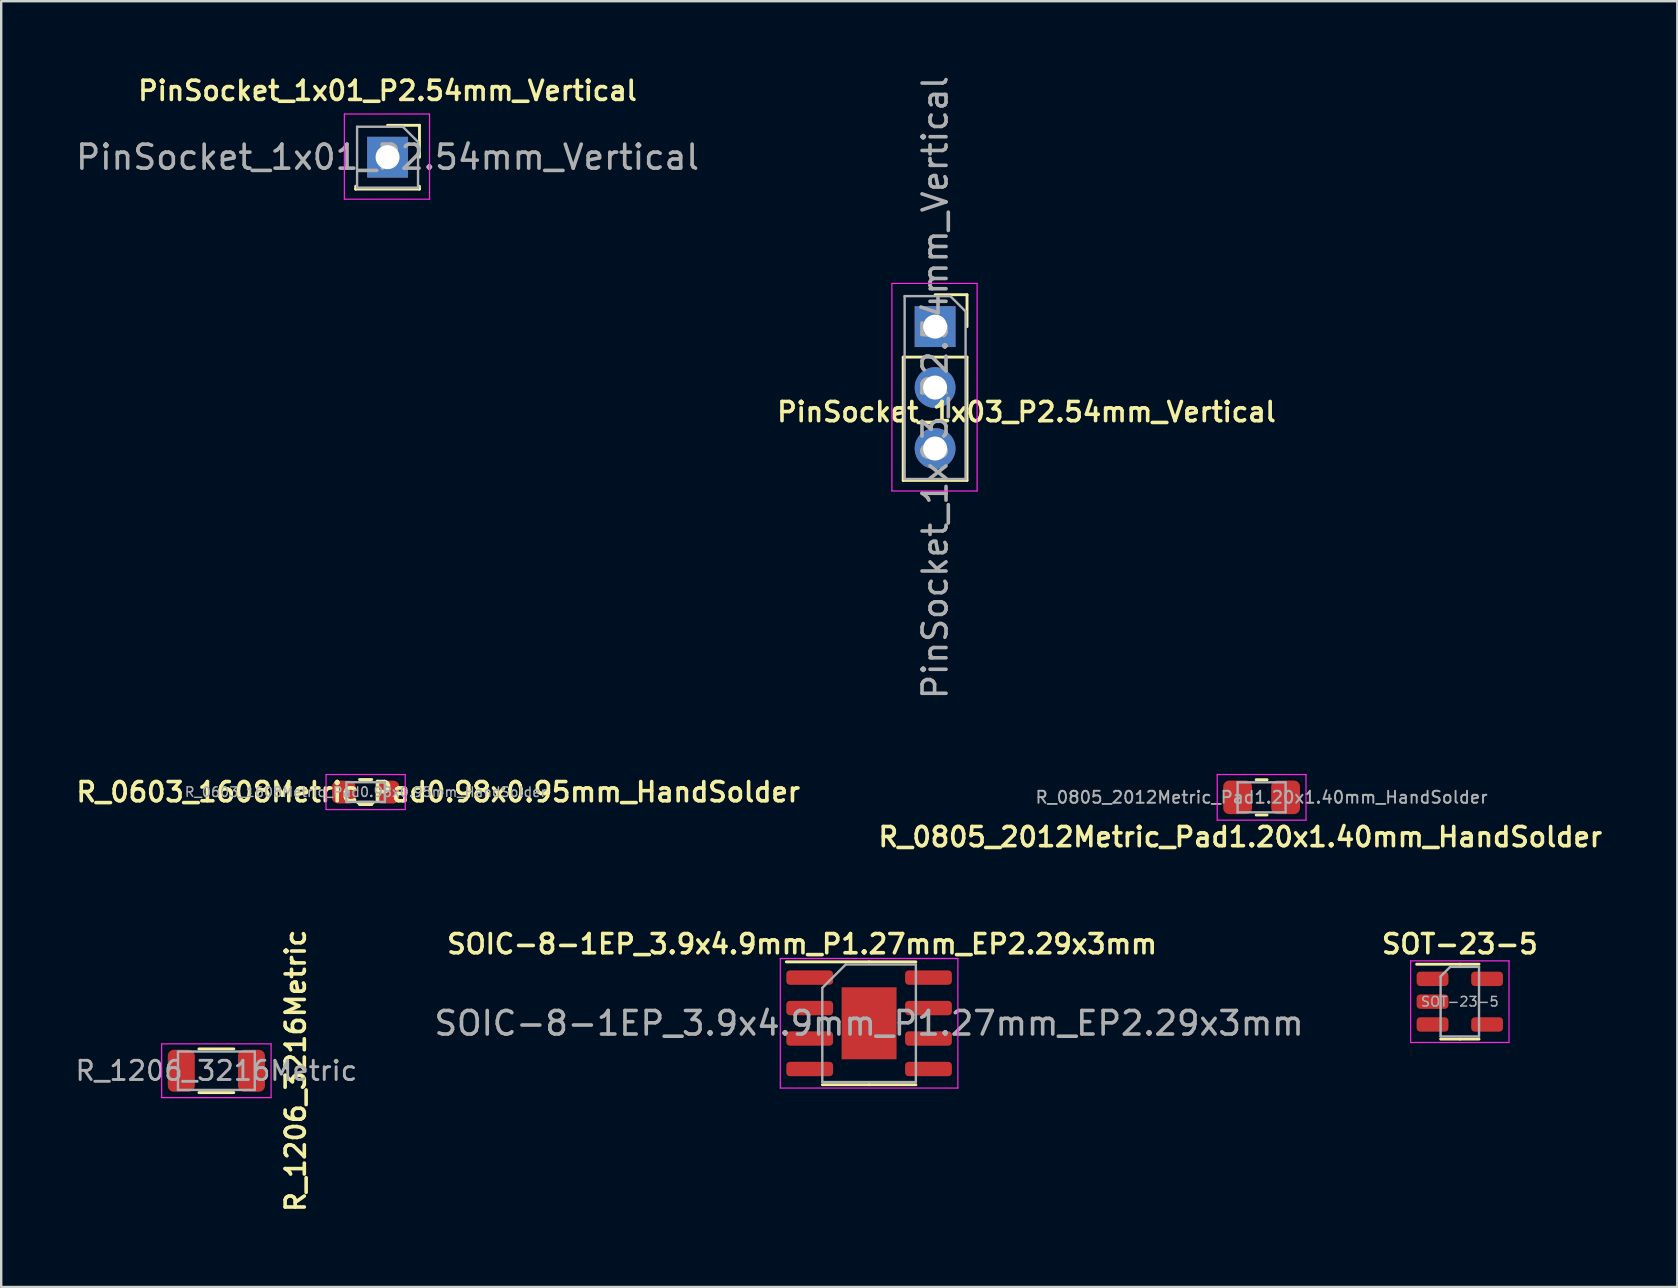
<source format=kicad_pcb>
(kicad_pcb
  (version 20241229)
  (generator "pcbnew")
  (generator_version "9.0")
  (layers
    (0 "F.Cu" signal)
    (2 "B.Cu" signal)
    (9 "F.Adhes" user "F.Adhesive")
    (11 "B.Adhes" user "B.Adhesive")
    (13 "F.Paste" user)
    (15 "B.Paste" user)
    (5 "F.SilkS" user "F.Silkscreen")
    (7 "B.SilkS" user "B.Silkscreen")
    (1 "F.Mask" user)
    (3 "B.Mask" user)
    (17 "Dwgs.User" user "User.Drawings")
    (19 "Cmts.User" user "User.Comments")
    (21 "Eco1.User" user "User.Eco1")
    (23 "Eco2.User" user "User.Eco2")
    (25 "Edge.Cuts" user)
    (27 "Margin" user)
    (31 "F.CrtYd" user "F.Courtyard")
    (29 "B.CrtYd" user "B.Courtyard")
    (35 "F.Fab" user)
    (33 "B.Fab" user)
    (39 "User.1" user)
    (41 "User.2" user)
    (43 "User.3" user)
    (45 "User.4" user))
  (footprint "R_1206_3216Metric"
    (layer "F.Cu")
    (at 5.967 41.571)
    (property "Reference" "R_1206_3216Metric" (at 3.302 0 270) (layer "F.SilkS") (effects (font (size 0.8 0.8) (thickness 0.15))))
    (attr smd)
    (fp_line (start -0.727 -0.91) (end 0.727 -0.91) (stroke (width 0.12) (type solid)) (layer "F.SilkS"))
    (fp_line (start -0.727 0.91) (end 0.727 0.91) (stroke (width 0.12) (type solid)) (layer "F.SilkS"))
    (fp_line (start -2.28 -1.12) (end 2.28 -1.12) (stroke (width 0.05) (type solid)) (layer "F.CrtYd"))
    (fp_line (start -2.28 1.12) (end -2.28 -1.12) (stroke (width 0.05) (type solid)) (layer "F.CrtYd"))
    (fp_line (start 2.28 -1.12) (end 2.28 1.12) (stroke (width 0.05) (type solid)) (layer "F.CrtYd"))
    (fp_line (start 2.28 1.12) (end -2.28 1.12) (stroke (width 0.05) (type solid)) (layer "F.CrtYd"))
    (fp_line (start -1.6 -0.8) (end 1.6 -0.8) (stroke (width 0.1) (type solid)) (layer "F.Fab"))
    (fp_line (start -1.6 0.8) (end -1.6 -0.8) (stroke (width 0.1) (type solid)) (layer "F.Fab"))
    (fp_line (start 1.6 -0.8) (end 1.6 0.8) (stroke (width 0.1) (type solid)) (layer "F.Fab"))
    (fp_line (start 1.6 0.8) (end -1.6 0.8) (stroke (width 0.1) (type solid)) (layer "F.Fab"))
    (fp_text user "${REFERENCE}" (at 0 0 180) (layer "F.Fab") (effects (font (size 0.8 0.8) (thickness 0.12))))
    (pad "1" smd roundrect (at -1.462 0) (size 1.125 1.75) (layers "F.Cu" "F.Mask" "F.Paste") (roundrect_rratio 0.222))
    (pad "2" smd roundrect (at 1.462 0) (size 1.125 1.75) (layers "F.Cu" "F.Mask" "F.Paste") (roundrect_rratio 0.222)))
  (footprint "R_0603_1608Metric_Pad0.98x0.95mm_HandSolder"
    (layer "F.Cu")
    (at 12.187 29.957)
    (property "Reference" "R_0603_1608Metric_Pad0.98x0.95mm_HandSolder" (at 3.025 0 0) (layer "F.SilkS") (effects (font (size 0.8 0.8) (thickness 0.15))))
    (attr smd)
    (fp_line (start -0.255 -0.522) (end 0.255 -0.522) (stroke (width 0.12) (type solid)) (layer "F.SilkS"))
    (fp_line (start -0.255 0.522) (end 0.255 0.522) (stroke (width 0.12) (type solid)) (layer "F.SilkS"))
    (fp_line (start -1.65 -0.73) (end 1.65 -0.73) (stroke (width 0.05) (type solid)) (layer "F.CrtYd"))
    (fp_line (start -1.65 0.73) (end -1.65 -0.73) (stroke (width 0.05) (type solid)) (layer "F.CrtYd"))
    (fp_line (start 1.65 -0.73) (end 1.65 0.73) (stroke (width 0.05) (type solid)) (layer "F.CrtYd"))
    (fp_line (start 1.65 0.73) (end -1.65 0.73) (stroke (width 0.05) (type solid)) (layer "F.CrtYd"))
    (fp_line (start -0.8 -0.412) (end 0.8 -0.412) (stroke (width 0.1) (type solid)) (layer "F.Fab"))
    (fp_line (start -0.8 0.412) (end -0.8 -0.412) (stroke (width 0.1) (type solid)) (layer "F.Fab"))
    (fp_line (start 0.8 -0.412) (end 0.8 0.412) (stroke (width 0.1) (type solid)) (layer "F.Fab"))
    (fp_line (start 0.8 0.412) (end -0.8 0.412) (stroke (width 0.1) (type solid)) (layer "F.Fab"))
    (fp_text user "${REFERENCE}" (at 0 0 0) (layer "F.Fab") (effects (font (size 0.4 0.4) (thickness 0.06))))
    (pad "1" smd roundrect (at -0.912 0 180) (size 0.975 0.95) (layers "F.Cu" "F.Mask" "F.Paste") (roundrect_rratio 0.25))
    (pad "2" smd roundrect (at 0.912 0 180) (size 0.975 0.95) (layers "F.Cu" "F.Mask" "F.Paste") (roundrect_rratio 0.25)))
  (footprint "SOT-23-5"
    (layer "F.Cu")
    (at 57.784 38.691)
    (property "Reference" "SOT-23-5" (at 0 -2.4 0) (layer "F.SilkS") (effects (font (size 0.8 0.8) (thickness 0.15))))
    (attr smd)
    (fp_line (start 0 -1.56) (end -1.8 -1.56) (stroke (width 0.12) (type solid)) (layer "F.SilkS"))
    (fp_line (start 0 -1.56) (end 0.8 -1.56) (stroke (width 0.12) (type solid)) (layer "F.SilkS"))
    (fp_line (start 0 1.56) (end -0.8 1.56) (stroke (width 0.12) (type solid)) (layer "F.SilkS"))
    (fp_line (start 0 1.56) (end 0.8 1.56) (stroke (width 0.12) (type solid)) (layer "F.SilkS"))
    (fp_line (start -2.05 -1.7) (end -2.05 1.7) (stroke (width 0.05) (type solid)) (layer "F.CrtYd"))
    (fp_line (start -2.05 1.7) (end 2.05 1.7) (stroke (width 0.05) (type solid)) (layer "F.CrtYd"))
    (fp_line (start 2.05 -1.7) (end -2.05 -1.7) (stroke (width 0.05) (type solid)) (layer "F.CrtYd"))
    (fp_line (start 2.05 1.7) (end 2.05 -1.7) (stroke (width 0.05) (type solid)) (layer "F.CrtYd"))
    (fp_line (start -0.8 -1.05) (end -0.4 -1.45) (stroke (width 0.1) (type solid)) (layer "F.Fab"))
    (fp_line (start -0.8 1.45) (end -0.8 -1.05) (stroke (width 0.1) (type solid)) (layer "F.Fab"))
    (fp_line (start -0.4 -1.45) (end 0.8 -1.45) (stroke (width 0.1) (type solid)) (layer "F.Fab"))
    (fp_line (start 0.8 -1.45) (end 0.8 1.45) (stroke (width 0.1) (type solid)) (layer "F.Fab"))
    (fp_line (start 0.8 1.45) (end -0.8 1.45) (stroke (width 0.1) (type solid)) (layer "F.Fab"))
    (fp_text user "${REFERENCE}" (at 0 0 0) (layer "F.Fab") (effects (font (size 0.4 0.4) (thickness 0.06))))
    (pad "1" smd roundrect (at -1.137 -0.95 180) (size 1.325 0.6) (layers "F.Cu" "F.Mask" "F.Paste") (roundrect_rratio 0.25))
    (pad "2" smd roundrect (at -1.137 0 180) (size 1.325 0.6) (layers "F.Cu" "F.Mask" "F.Paste") (roundrect_rratio 0.25))
    (pad "3" smd roundrect (at -1.137 0.95 180) (size 1.325 0.6) (layers "F.Cu" "F.Mask" "F.Paste") (roundrect_rratio 0.25))
    (pad "4" smd roundrect (at 1.137 0.95 180) (size 1.325 0.6) (layers "F.Cu" "F.Mask" "F.Paste") (roundrect_rratio 0.25))
    (pad "5" smd roundrect (at 1.137 -0.95 180) (size 1.325 0.6) (layers "F.Cu" "F.Mask" "F.Paste") (roundrect_rratio 0.25)))
  (footprint "SOIC-8-1EP_3.9x4.9mm_P1.27mm_EP2.29x3mm"
    (layer "F.Cu")
    (at 33.167 39.593)
    (property "Reference" "SOIC-8-1EP_3.9x4.9mm_P1.27mm_EP2.29x3mm" (at -2.794 -3.302 0) (layer "F.SilkS") (effects (font (size 0.8 0.8) (thickness 0.15))))
    (attr smd)
    (fp_line (start 0 -2.56) (end -3.45 -2.56) (stroke (width 0.12) (type solid)) (layer "F.SilkS"))
    (fp_line (start 0 -2.56) (end 1.95 -2.56) (stroke (width 0.12) (type solid)) (layer "F.SilkS"))
    (fp_line (start 0 2.56) (end -1.95 2.56) (stroke (width 0.12) (type solid)) (layer "F.SilkS"))
    (fp_line (start 0 2.56) (end 1.95 2.56) (stroke (width 0.12) (type solid)) (layer "F.SilkS"))
    (fp_line (start -3.7 -2.7) (end -3.7 2.7) (stroke (width 0.05) (type solid)) (layer "F.CrtYd"))
    (fp_line (start -3.7 2.7) (end 3.7 2.7) (stroke (width 0.05) (type solid)) (layer "F.CrtYd"))
    (fp_line (start 3.7 -2.7) (end -3.7 -2.7) (stroke (width 0.05) (type solid)) (layer "F.CrtYd"))
    (fp_line (start 3.7 2.7) (end 3.7 -2.7) (stroke (width 0.05) (type solid)) (layer "F.CrtYd"))
    (fp_line (start -1.95 -1.475) (end -0.975 -2.45) (stroke (width 0.1) (type solid)) (layer "F.Fab"))
    (fp_line (start -1.95 2.45) (end -1.95 -1.475) (stroke (width 0.1) (type solid)) (layer "F.Fab"))
    (fp_line (start -0.975 -2.45) (end 1.95 -2.45) (stroke (width 0.1) (type solid)) (layer "F.Fab"))
    (fp_line (start 1.95 -2.45) (end 1.95 2.45) (stroke (width 0.1) (type solid)) (layer "F.Fab"))
    (fp_line (start 1.95 2.45) (end -1.95 2.45) (stroke (width 0.1) (type solid)) (layer "F.Fab"))
    (fp_text user "${REFERENCE}" (at 0 0 0) (layer "F.Fab") (effects (font (size 0.98 0.98) (thickness 0.15))))
    (pad "" smd roundrect (at -0.57 -0.75) (size 0.92 1.21) (layers "F.Paste") (roundrect_rratio 0.25))
    (pad "" smd roundrect (at -0.57 0.75) (size 0.92 1.21) (layers "F.Paste") (roundrect_rratio 0.25))
    (pad "" smd roundrect (at 0.57 -0.75) (size 0.92 1.21) (layers "F.Paste") (roundrect_rratio 0.25))
    (pad "" smd roundrect (at 0.57 0.75) (size 0.92 1.21) (layers "F.Paste") (roundrect_rratio 0.25))
    (pad "1" smd roundrect (at -2.475 -1.905) (size 1.95 0.6) (layers "F.Cu" "F.Mask" "F.Paste") (roundrect_rratio 0.25))
    (pad "2" smd roundrect (at -2.475 -0.635) (size 1.95 0.6) (layers "F.Cu" "F.Mask" "F.Paste") (roundrect_rratio 0.25))
    (pad "3" smd roundrect (at -2.475 0.635) (size 1.95 0.6) (layers "F.Cu" "F.Mask" "F.Paste") (roundrect_rratio 0.25))
    (pad "4" smd roundrect (at -2.475 1.905) (size 1.95 0.6) (layers "F.Cu" "F.Mask" "F.Paste") (roundrect_rratio 0.25))
    (pad "5" smd roundrect (at 2.475 1.905) (size 1.95 0.6) (layers "F.Cu" "F.Mask" "F.Paste") (roundrect_rratio 0.25))
    (pad "6" smd roundrect (at 2.475 0.635) (size 1.95 0.6) (layers "F.Cu" "F.Mask" "F.Paste") (roundrect_rratio 0.25))
    (pad "7" smd roundrect (at 2.475 -0.635) (size 1.95 0.6) (layers "F.Cu" "F.Mask" "F.Paste") (roundrect_rratio 0.25))
    (pad "8" smd roundrect (at 2.475 -1.905) (size 1.95 0.6) (layers "F.Cu" "F.Mask" "F.Paste") (roundrect_rratio 0.25))
    (pad "9" smd rect (at 0 0) (size 2.29 3) (layers "F.Cu" "F.Mask")))
  (footprint "R_0805_2012Metric_Pad1.20x1.40mm_HandSolder"
    (layer "F.Cu")
    (at 49.524 30.177)
    (property "Reference" "R_0805_2012Metric_Pad1.20x1.40mm_HandSolder" (at -0.889 1.651 180) (layer "F.SilkS") (effects (font (size 0.8 0.8) (thickness 0.15))))
    (attr smd)
    (fp_line (start -0.227 -0.735) (end 0.227 -0.735) (stroke (width 0.12) (type solid)) (layer "F.SilkS"))
    (fp_line (start -0.227 0.735) (end 0.227 0.735) (stroke (width 0.12) (type solid)) (layer "F.SilkS"))
    (fp_line (start -1.85 -0.95) (end 1.85 -0.95) (stroke (width 0.05) (type solid)) (layer "F.CrtYd"))
    (fp_line (start -1.85 0.95) (end -1.85 -0.95) (stroke (width 0.05) (type solid)) (layer "F.CrtYd"))
    (fp_line (start 1.85 -0.95) (end 1.85 0.95) (stroke (width 0.05) (type solid)) (layer "F.CrtYd"))
    (fp_line (start 1.85 0.95) (end -1.85 0.95) (stroke (width 0.05) (type solid)) (layer "F.CrtYd"))
    (fp_line (start -1 -0.625) (end 1 -0.625) (stroke (width 0.1) (type solid)) (layer "F.Fab"))
    (fp_line (start -1 0.625) (end -1 -0.625) (stroke (width 0.1) (type solid)) (layer "F.Fab"))
    (fp_line (start 1 -0.625) (end 1 0.625) (stroke (width 0.1) (type solid)) (layer "F.Fab"))
    (fp_line (start 1 0.625) (end -1 0.625) (stroke (width 0.1) (type solid)) (layer "F.Fab"))
    (fp_text user "${REFERENCE}" (at 0 0 0) (layer "F.Fab") (effects (font (size 0.5 0.5) (thickness 0.08))))
    (pad "1" smd roundrect (at -1 0) (size 1.2 1.4) (layers "F.Cu" "F.Mask" "F.Paste") (roundrect_rratio 0.208))
    (pad "2" smd roundrect (at 1 0) (size 1.2 1.4) (layers "F.Cu" "F.Mask" "F.Paste") (roundrect_rratio 0.208)))
  (footprint "PinSocket_1x01_P2.54mm_Vertical"
    (layer "F.Cu")
    (at 13.101 3.501)
    (property "Reference" "PinSocket_1x01_P2.54mm_Vertical" (at 0 -2.77 0) (layer "F.SilkS") (effects (font (size 0.8 0.8) (thickness 0.15))))
    (attr through_hole)
    (fp_line (start -1.33 1.21) (end -1.33 1.33) (stroke (width 0.12) (type solid)) (layer "F.SilkS"))
    (fp_line (start -1.33 1.33) (end 1.33 1.33) (stroke (width 0.12) (type solid)) (layer "F.SilkS"))
    (fp_line (start 0 -1.33) (end 1.33 -1.33) (stroke (width 0.12) (type solid)) (layer "F.SilkS"))
    (fp_line (start 1.33 -1.33) (end 1.33 0) (stroke (width 0.12) (type solid)) (layer "F.SilkS"))
    (fp_line (start 1.33 1.21) (end 1.33 1.33) (stroke (width 0.12) (type solid)) (layer "F.SilkS"))
    (fp_line (start -1.8 -1.8) (end 1.75 -1.8) (stroke (width 0.05) (type solid)) (layer "F.CrtYd"))
    (fp_line (start -1.8 1.75) (end -1.8 -1.8) (stroke (width 0.05) (type solid)) (layer "F.CrtYd"))
    (fp_line (start 1.75 -1.8) (end 1.75 1.75) (stroke (width 0.05) (type solid)) (layer "F.CrtYd"))
    (fp_line (start 1.75 1.75) (end -1.8 1.75) (stroke (width 0.05) (type solid)) (layer "F.CrtYd"))
    (fp_line (start -1.27 -1.27) (end 0.635 -1.27) (stroke (width 0.1) (type solid)) (layer "F.Fab"))
    (fp_line (start -1.27 1.27) (end -1.27 -1.27) (stroke (width 0.1) (type solid)) (layer "F.Fab"))
    (fp_line (start 0.635 -1.27) (end 1.27 -0.635) (stroke (width 0.1) (type solid)) (layer "F.Fab"))
    (fp_line (start 1.27 -0.635) (end 1.27 1.27) (stroke (width 0.1) (type solid)) (layer "F.Fab"))
    (fp_line (start 1.27 1.27) (end -1.27 1.27) (stroke (width 0.1) (type solid)) (layer "F.Fab"))
    (fp_text user "${REFERENCE}" (at 0 0 0) (layer "F.Fab") (effects (font (size 1 1) (thickness 0.15))))
    (pad "1" thru_hole rect (at 0 0) (size 1.7 1.7) (drill 1) (layers "*.Cu" "*.Mask")))
  (footprint "PinSocket_1x03_P2.54mm_Vertical"
    (layer "F.Cu")
    (at 35.918 10.561)
    (property "Reference" "PinSocket_1x03_P2.54mm_Vertical" (at 3.81 3.556 0) (layer "F.SilkS") (effects (font (size 0.8 0.8) (thickness 0.15))))
    (attr through_hole)
    (fp_line (start -1.33 1.27) (end -1.33 6.41) (stroke (width 0.12) (type solid)) (layer "F.SilkS"))
    (fp_line (start -1.33 1.27) (end 1.33 1.27) (stroke (width 0.12) (type solid)) (layer "F.SilkS"))
    (fp_line (start -1.33 6.41) (end 1.33 6.41) (stroke (width 0.12) (type solid)) (layer "F.SilkS"))
    (fp_line (start 0 -1.33) (end 1.33 -1.33) (stroke (width 0.12) (type solid)) (layer "F.SilkS"))
    (fp_line (start 1.33 -1.33) (end 1.33 0) (stroke (width 0.12) (type solid)) (layer "F.SilkS"))
    (fp_line (start 1.33 1.27) (end 1.33 6.41) (stroke (width 0.12) (type solid)) (layer "F.SilkS"))
    (fp_line (start -1.8 -1.8) (end 1.75 -1.8) (stroke (width 0.05) (type solid)) (layer "F.CrtYd"))
    (fp_line (start -1.8 6.85) (end -1.8 -1.8) (stroke (width 0.05) (type solid)) (layer "F.CrtYd"))
    (fp_line (start 1.75 -1.8) (end 1.75 6.85) (stroke (width 0.05) (type solid)) (layer "F.CrtYd"))
    (fp_line (start 1.75 6.85) (end -1.8 6.85) (stroke (width 0.05) (type solid)) (layer "F.CrtYd"))
    (fp_line (start -1.27 -1.27) (end 0.635 -1.27) (stroke (width 0.1) (type solid)) (layer "F.Fab"))
    (fp_line (start -1.27 6.35) (end -1.27 -1.27) (stroke (width 0.1) (type solid)) (layer "F.Fab"))
    (fp_line (start 0.635 -1.27) (end 1.27 -0.635) (stroke (width 0.1) (type solid)) (layer "F.Fab"))
    (fp_line (start 1.27 -0.635) (end 1.27 6.35) (stroke (width 0.1) (type solid)) (layer "F.Fab"))
    (fp_line (start 1.27 6.35) (end -1.27 6.35) (stroke (width 0.1) (type solid)) (layer "F.Fab"))
    (fp_text user "${REFERENCE}" (at 0 2.54 90) (layer "F.Fab") (effects (font (size 1 1) (thickness 0.15))))
    (pad "1" thru_hole rect (at 0 0) (size 1.7 1.7) (drill 1) (layers "*.Cu" "*.Mask"))
    (pad "2" thru_hole oval (at 0 2.54) (size 1.7 1.7) (drill 1) (layers "*.Cu" "*.Mask"))
    (pad "3" thru_hole oval (at 0 5.08) (size 1.7 1.7) (drill 1) (layers "*.Cu" "*.Mask")))
  (gr_rect
    (start -3 -3)
    (end 66.847 50.583)
    (stroke (width 0.1) (type default))
    (fill no)
    (layer "Edge.Cuts")))
</source>
